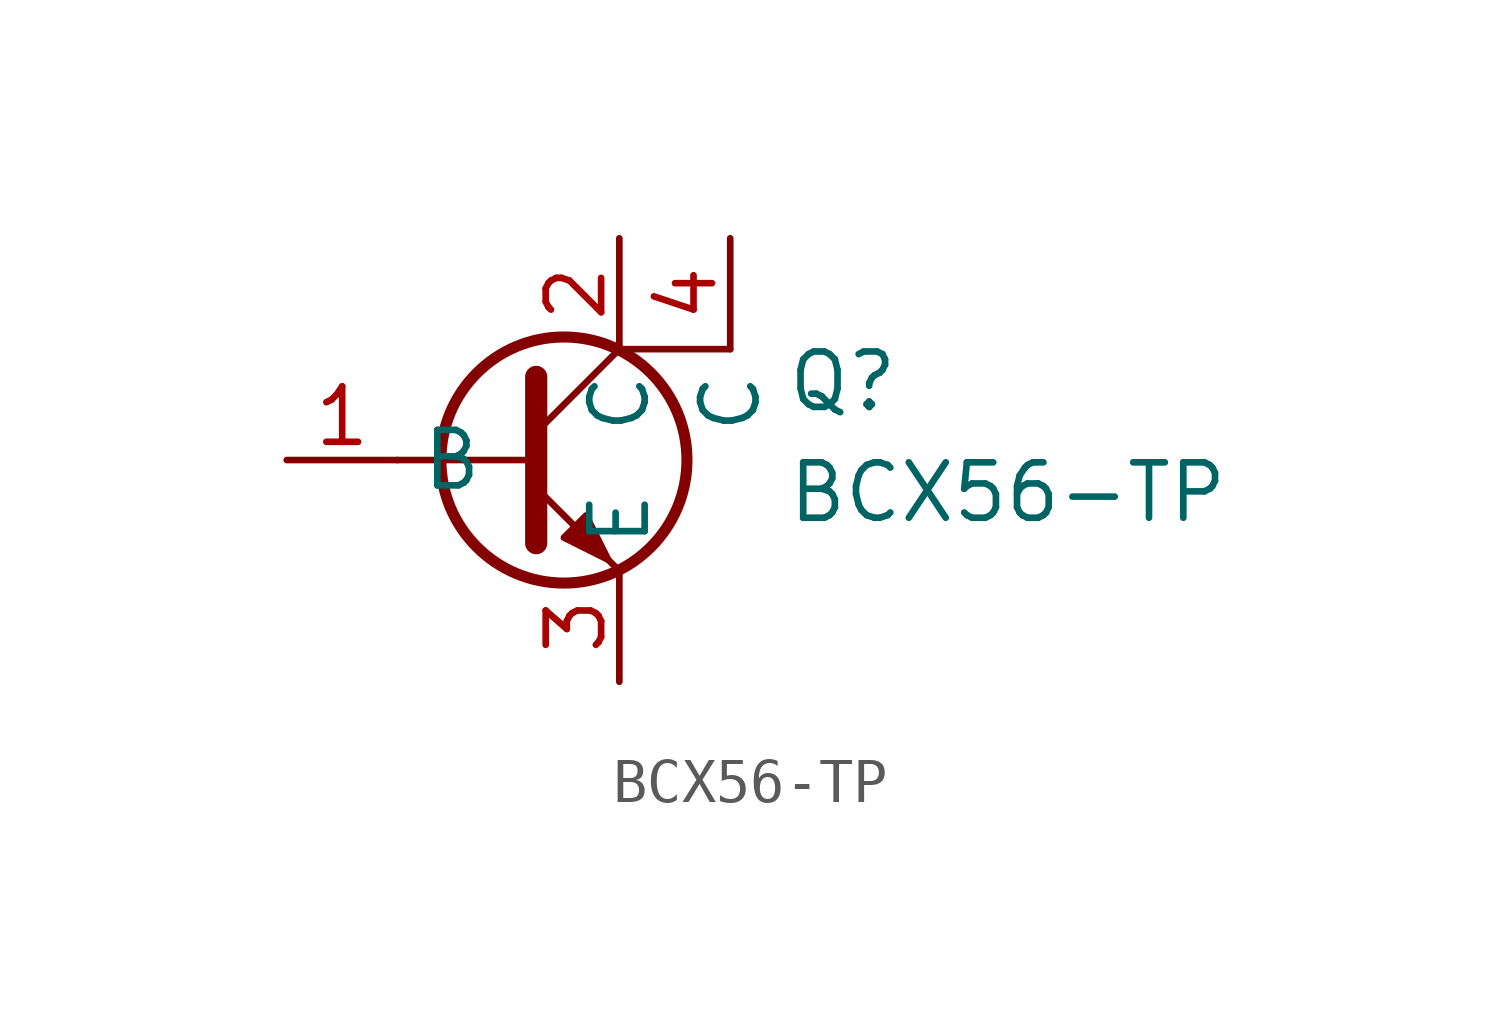
<source format=kicad_sym>
(kicad_symbol_lib
  (version 20241209)
  (generator "kicad_symbol_editor")
  (generator_version "9.0")
  (symbol "BCX56-TP"
    (property "Reference" "Q"
      (at 6.35 2.54 0)
      (effects (font (size 1.27 1.27)) (justify left top)))
    (property "Value" "BCX56-TP"
      (at 6.35 0 0)
      (effects (font (size 1.27 1.27)) (justify left top)))
    (symbol "BCX56-TP_0_1"
      (polyline (pts (xy -2.54 0) (xy 0.635 0)) (stroke (width 0) (type default)) (fill (type none)))
      (polyline (pts (xy 0.635 1.905) (xy 0.635 -1.905)) (stroke (width 0.508) (type default)) (fill (type none)))
      (circle (center 1.27 0) (radius 2.819) (stroke (width 0.254) (type default)) (fill (type none)))
      (polyline (pts (xy 2.54 2.54) (xy 5.08 2.54)) (stroke (width 0) (type default)) (fill (type none))))
    (symbol "BCX56-TP_1_1"
      (polyline (pts (xy 0.635 0.635) (xy 2.54 2.54)) (stroke (width 0) (type default)) (fill (type none)))
      (polyline (pts (xy 0.635 -0.635) (xy 2.54 -2.54)) (stroke (width 0) (type default)) (fill (type none)))
      (polyline (pts (xy 1.27 -1.778) (xy 1.778 -1.27) (xy 2.286 -2.286) (xy 1.27 -1.778)) (stroke (width 0) (type default)) (fill (type outline)))
      (pin input line (at -5.08 0 0) (length 2.54) (name "B" (effects (font (size 1.27 1.27)))) (number "1" (effects (font (size 1.27 1.27)))))
      (pin passive line (at 2.54 5.08 270) (length 2.54) (name "C" (effects (font (size 1.27 1.27)))) (number "2" (effects (font (size 1.27 1.27)))))
      (pin passive line (at 2.54 -5.08 90) (length 2.54) (name "E" (effects (font (size 1.27 1.27)))) (number "3" (effects (font (size 1.27 1.27)))))
      (pin passive line (at 5.08 5.08 270) (length 2.54) (name "C" (effects (font (size 1.27 1.27)))) (number "4" (effects (font (size 1.27 1.27))))))))
</source>
